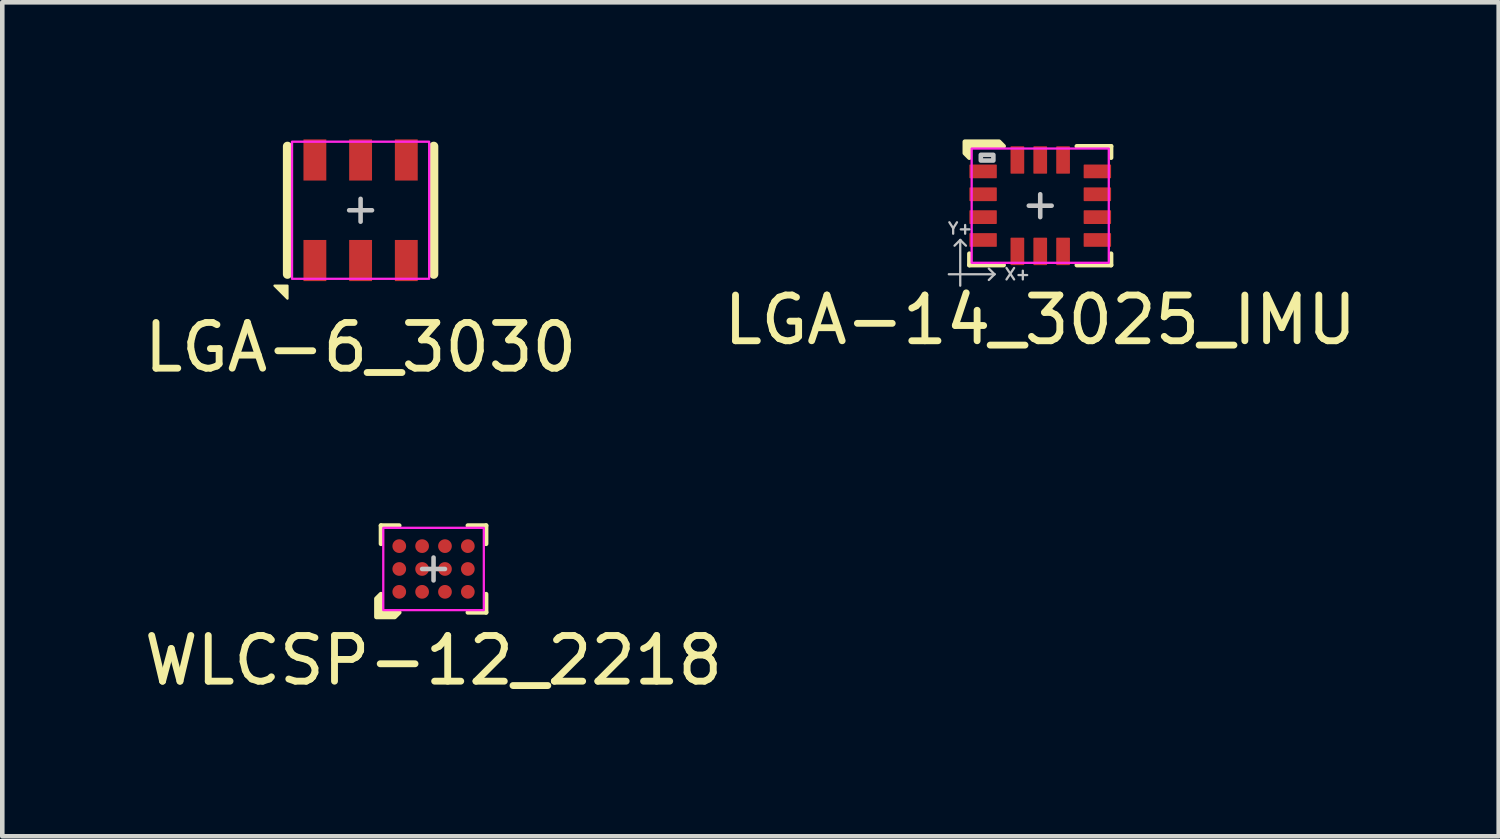
<source format=kicad_pcb>
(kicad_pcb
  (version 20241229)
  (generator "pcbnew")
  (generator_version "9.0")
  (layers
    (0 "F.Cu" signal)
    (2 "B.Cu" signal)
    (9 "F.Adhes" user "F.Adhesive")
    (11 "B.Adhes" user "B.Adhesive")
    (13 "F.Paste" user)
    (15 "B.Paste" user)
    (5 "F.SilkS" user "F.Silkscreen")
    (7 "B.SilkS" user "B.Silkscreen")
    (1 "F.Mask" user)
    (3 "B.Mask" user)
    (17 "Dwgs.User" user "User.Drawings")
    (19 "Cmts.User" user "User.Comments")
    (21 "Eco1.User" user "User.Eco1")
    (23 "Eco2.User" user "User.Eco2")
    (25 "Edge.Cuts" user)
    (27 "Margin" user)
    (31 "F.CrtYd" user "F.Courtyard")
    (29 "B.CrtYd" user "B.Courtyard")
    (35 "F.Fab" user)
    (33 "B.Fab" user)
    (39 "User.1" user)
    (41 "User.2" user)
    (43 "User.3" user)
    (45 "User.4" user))
  (footprint "LGA-14_3025_IMU"
    (layer "F.Cu")
    (at 19.708 1.45)
    (property "Reference" "LGA-14_3025_IMU" (at 0 2.5 0) (unlocked yes) (layer "F.SilkS") (effects (font (size 1 1) (thickness 0.15))))
    (attr smd)
    (fp_line (start -1.55 1.05) (end -1.55 1.3) (stroke (width 0.1) (type solid)) (layer "F.SilkS"))
    (fp_line (start -1.55 1.3) (end -0.8 1.3) (stroke (width 0.1) (type solid)) (layer "F.SilkS"))
    (fp_line (start 1.55 -1.3) (end 0.8 -1.3) (stroke (width 0.1) (type solid)) (layer "F.SilkS"))
    (fp_line (start 1.55 -1.05) (end 1.55 -1.3) (stroke (width 0.1) (type solid)) (layer "F.SilkS"))
    (fp_line (start 1.55 1.05) (end 1.55 1.3) (stroke (width 0.1) (type solid)) (layer "F.SilkS"))
    (fp_line (start 1.55 1.3) (end 0.8 1.3) (stroke (width 0.1) (type solid)) (layer "F.SilkS"))
    (fp_poly (pts (xy -0.8 -1.3) (xy -1.55 -1.3) (xy -1.55 -1.05) (xy -1.65 -1.15) (xy -1.65 -1.4) (xy -0.9 -1.4)) (stroke (width 0.1) (type solid)) (fill yes) (layer "F.SilkS"))
    (fp_line (start -2 1.5) (end -1 1.5) (stroke (width 0.05) (type solid)) (layer "Dwgs.User"))
    (fp_line (start -1.75 0.75) (end -1.875 0.875) (stroke (width 0.05) (type solid)) (layer "Dwgs.User"))
    (fp_line (start -1.75 0.75) (end -1.625 0.875) (stroke (width 0.05) (type solid)) (layer "Dwgs.User"))
    (fp_line (start -1.75 1.75) (end -1.75 0.75) (stroke (width 0.05) (type solid)) (layer "Dwgs.User"))
    (fp_line (start -1 1.5) (end -1.125 1.375) (stroke (width 0.05) (type solid)) (layer "Dwgs.User"))
    (fp_line (start -1 1.5) (end -1.125 1.625) (stroke (width 0.05) (type solid)) (layer "Dwgs.User"))
    (fp_line (start -0.25 0) (end 0.25 0) (stroke (width 0.1) (type solid)) (layer "Dwgs.User"))
    (fp_line (start 0 0.25) (end 0 -0.25) (stroke (width 0.1) (type solid)) (layer "Dwgs.User"))
    (fp_rect (start -1.3 -1.113) (end -1.025 -0.988) (stroke (width 0.1) (type solid)) (fill no) (layer "Dwgs.User"))
    (fp_rect (start 1.5 1.25) (end -1.5 -1.25) (stroke (width 0.05) (type solid)) (fill no) (layer "F.CrtYd"))
    (fp_text user "X+" (at -0.5 1.5 0) (unlocked yes) (layer "Dwgs.User") (effects (font (size 0.25 0.25) (thickness 0.05))))
    (fp_text user "Y+" (at -1.75 0.5 0) (unlocked yes) (layer "Dwgs.User") (effects (font (size 0.25 0.25) (thickness 0.05))))
    (pad "1" smd roundrect (at -1.25 -0.75) (size 0.6 0.3) (layers "F.Cu" "F.Mask" "F.Paste") (roundrect_rratio 0.05))
    (pad "2" smd roundrect (at -1.25 -0.25) (size 0.6 0.3) (layers "F.Cu" "F.Mask" "F.Paste") (roundrect_rratio 0.05))
    (pad "3" smd roundrect (at -1.25 0.25) (size 0.6 0.3) (layers "F.Cu" "F.Mask" "F.Paste") (roundrect_rratio 0.05))
    (pad "4" smd roundrect (at -1.25 0.75) (size 0.6 0.3) (layers "F.Cu" "F.Mask" "F.Paste") (roundrect_rratio 0.05))
    (pad "5" smd roundrect (at -0.5 1 90) (size 0.6 0.3) (layers "F.Cu" "F.Mask" "F.Paste") (roundrect_rratio 0.05))
    (pad "6" smd roundrect (at 0 1 90) (size 0.6 0.3) (layers "F.Cu" "F.Mask" "F.Paste") (roundrect_rratio 0.05))
    (pad "7" smd roundrect (at 0.5 1 90) (size 0.6 0.3) (layers "F.Cu" "F.Mask" "F.Paste") (roundrect_rratio 0.05))
    (pad "8" smd roundrect (at 1.25 0.75) (size 0.6 0.3) (layers "F.Cu" "F.Mask" "F.Paste") (roundrect_rratio 0.05))
    (pad "9" smd roundrect (at 1.25 0.25) (size 0.6 0.3) (layers "F.Cu" "F.Mask" "F.Paste") (roundrect_rratio 0.05))
    (pad "10" smd roundrect (at 1.25 -0.25) (size 0.6 0.3) (layers "F.Cu" "F.Mask" "F.Paste") (roundrect_rratio 0.05))
    (pad "11" smd roundrect (at 1.25 -0.75) (size 0.6 0.3) (layers "F.Cu" "F.Mask" "F.Paste") (roundrect_rratio 0.05))
    (pad "12" smd roundrect (at 0.5 -1 90) (size 0.6 0.3) (layers "F.Cu" "F.Mask" "F.Paste") (roundrect_rratio 0.05))
    (pad "13" smd roundrect (at 0 -1 90) (size 0.6 0.3) (layers "F.Cu" "F.Mask" "F.Paste") (roundrect_rratio 0.05))
    (pad "14" smd roundrect (at -0.5 -1 90) (size 0.6 0.3) (layers "F.Cu" "F.Mask" "F.Paste") (roundrect_rratio 0.05)))
  (footprint "LGA-6_3030"
    (layer "F.Cu")
    (at 4.839 1.55)
    (property "Reference" "LGA-6_3030" (at 0 3 0) (unlocked yes) (layer "F.SilkS") (effects (font (size 1 1) (thickness 0.15))))
    (attr smd)
    (fp_line (start -1.6 -1.4) (end -1.6 1.4) (stroke (width 0.2) (type solid)) (layer "F.SilkS"))
    (fp_line (start 1.6 -1.4) (end 1.6 1.4) (stroke (width 0.2) (type solid)) (layer "F.SilkS"))
    (fp_poly (pts (xy -1.883 1.65) (xy -1.6 1.65) (xy -1.6 1.933)) (stroke (width 0.05) (type solid)) (fill yes) (layer "F.SilkS"))
    (fp_line (start -0.25 0) (end 0.25 0) (stroke (width 0.1) (type solid)) (layer "Dwgs.User"))
    (fp_line (start 0 0.25) (end 0 -0.25) (stroke (width 0.1) (type solid)) (layer "Dwgs.User"))
    (fp_rect (start -1.5 -1.5) (end 1.5 1.5) (stroke (width 0.05) (type solid)) (fill no) (layer "F.CrtYd"))
    (pad "1" smd rect (at -1 1.1 90) (size 0.9 0.5) (layers "F.Cu" "F.Mask" "F.Paste"))
    (pad "2" smd rect (at 0 1.1 90) (size 0.9 0.5) (layers "F.Cu" "F.Mask" "F.Paste"))
    (pad "3" smd rect (at 1 1.1 90) (size 0.9 0.5) (layers "F.Cu" "F.Mask" "F.Paste"))
    (pad "4" smd rect (at 1 -1.1 90) (size 0.9 0.5) (layers "F.Cu" "F.Mask" "F.Paste"))
    (pad "5" smd rect (at 0 -1.1 90) (size 0.9 0.5) (layers "F.Cu" "F.Mask" "F.Paste"))
    (pad "6" smd rect (at -1 -1.1 90) (size 0.9 0.5) (layers "F.Cu" "F.Mask" "F.Paste")))
  (footprint "WLCSP-12_2218"
    (layer "F.Cu")
    (at 6.435 9.398)
    (property "Reference" "WLCSP-12_2218" (at 0 2 0) (unlocked yes) (layer "F.SilkS") (effects (font (size 1 1) (thickness 0.15))))
    (attr smd)
    (fp_line (start -1.15 -0.95) (end -1.15 -0.55) (stroke (width 0.1) (type solid)) (layer "F.SilkS"))
    (fp_line (start -0.75 -0.95) (end -1.15 -0.95) (stroke (width 0.1) (type solid)) (layer "F.SilkS"))
    (fp_line (start 0.75 0.95) (end 1.15 0.95) (stroke (width 0.1) (type solid)) (layer "F.SilkS"))
    (fp_line (start 1.15 -0.95) (end 0.75 -0.95) (stroke (width 0.1) (type solid)) (layer "F.SilkS"))
    (fp_line (start 1.15 -0.55) (end 1.15 -0.95) (stroke (width 0.1) (type solid)) (layer "F.SilkS"))
    (fp_line (start 1.15 0.95) (end 1.15 0.55) (stroke (width 0.1) (type solid)) (layer "F.SilkS"))
    (fp_poly (pts (xy -1.15 0.55) (xy -1.15 0.95) (xy -0.75 0.95) (xy -0.85 1.05) (xy -1.25 1.05) (xy -1.25 0.65)) (stroke (width 0.1) (type solid)) (fill yes) (layer "F.SilkS"))
    (fp_line (start 0 -0.25) (end 0 0.25) (stroke (width 0.1) (type solid)) (layer "Dwgs.User"))
    (fp_line (start 0.25 0) (end -0.25 0) (stroke (width 0.1) (type solid)) (layer "Dwgs.User"))
    (fp_rect (start -1.1 -0.9) (end 1.1 0.9) (stroke (width 0.05) (type solid)) (fill no) (layer "F.CrtYd"))
    (pad "A1" smd circle (at -0.75 0.5) (size 0.3 0.3) (layers "F.Cu" "F.Mask" "F.Paste"))
    (pad "A2" smd circle (at -0.75 0) (size 0.3 0.3) (layers "F.Cu" "F.Mask" "F.Paste"))
    (pad "A3" smd circle (at -0.75 -0.5) (size 0.3 0.3) (layers "F.Cu" "F.Mask" "F.Paste"))
    (pad "B1" smd circle (at -0.25 0.5) (size 0.3 0.3) (layers "F.Cu" "F.Mask" "F.Paste"))
    (pad "B2" smd circle (at -0.25 0) (size 0.3 0.3) (layers "F.Cu" "F.Mask" "F.Paste"))
    (pad "B3" smd circle (at -0.25 -0.5) (size 0.3 0.3) (layers "F.Cu" "F.Mask" "F.Paste"))
    (pad "C1" smd circle (at 0.25 0.5) (size 0.3 0.3) (layers "F.Cu" "F.Mask" "F.Paste"))
    (pad "C2" smd circle (at 0.25 0) (size 0.3 0.3) (layers "F.Cu" "F.Mask" "F.Paste"))
    (pad "C3" smd circle (at 0.25 -0.5) (size 0.3 0.3) (layers "F.Cu" "F.Mask" "F.Paste"))
    (pad "D1" smd circle (at 0.75 0.5) (size 0.3 0.3) (layers "F.Cu" "F.Mask" "F.Paste"))
    (pad "D2" smd circle (at 0.75 0) (size 0.3 0.3) (layers "F.Cu" "F.Mask" "F.Paste"))
    (pad "D3" smd circle (at 0.75 -0.5) (size 0.3 0.3) (layers "F.Cu" "F.Mask" "F.Paste")))
  (gr_rect
    (start -3 -3)
    (end 29.738 15.246)
    (stroke (width 0.1) (type default))
    (fill no)
    (layer "Edge.Cuts")))
</source>
